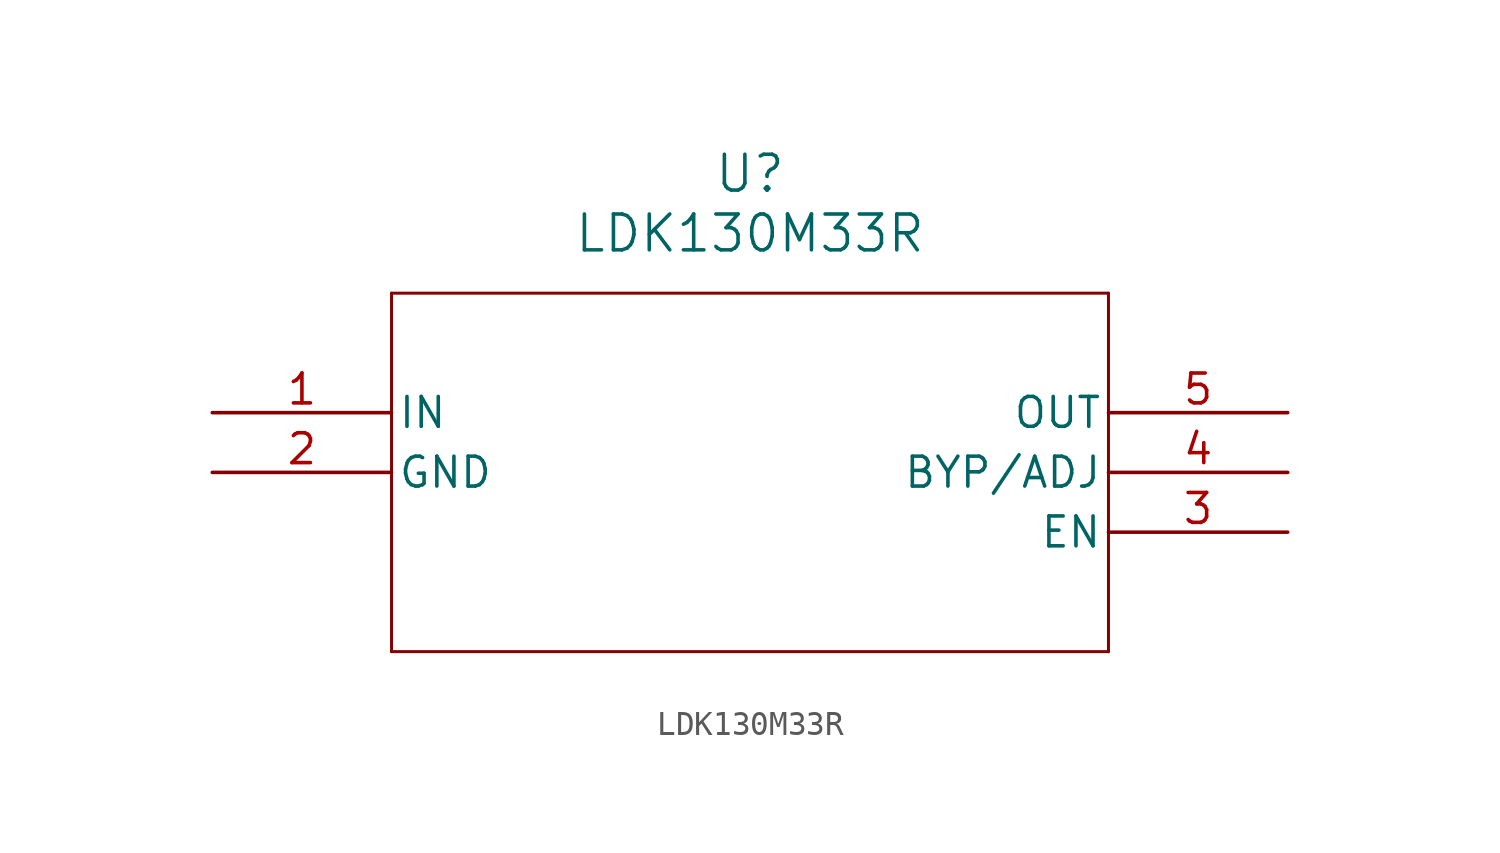
<source format=kicad_sym>
(kicad_symbol_lib
  (version 20211014)
  (generator kicad_symbol_editor)
  (symbol "LDK130M33R"
    (pin_names
      (offset 0.254))
    (property "Reference" "U"
      (at 22.86 10.16 0)
      (effects (font (size 1.524 1.524))))
    (property "Value" "LDK130M33R"
      (at 22.86 7.62 0)
      (effects (font (size 1.524 1.524))))
    (symbol "LDK130M33R_0_1"
      (polyline (pts (xy 7.62 5.08) (xy 7.62 -10.16)) (stroke (width 0.127) (type default) (color 0 0 0 0)) (fill (type none)))
      (polyline (pts (xy 7.62 -10.16) (xy 38.1 -10.16)) (stroke (width 0.127) (type default) (color 0 0 0 0)) (fill (type none)))
      (polyline (pts (xy 38.1 -10.16) (xy 38.1 5.08)) (stroke (width 0.127) (type default) (color 0 0 0 0)) (fill (type none)))
      (polyline (pts (xy 38.1 5.08) (xy 7.62 5.08)) (stroke (width 0.127) (type default) (color 0 0 0 0)) (fill (type none)))
      (pin input line (at 0 0 0) (length 7.62) (name "IN" (effects (font (size 1.27 1.27)))) (number "1" (effects (font (size 1.27 1.27)))))
      (pin power_out line (at 0 -2.54 0) (length 7.62) (name "GND" (effects (font (size 1.27 1.27)))) (number "2" (effects (font (size 1.27 1.27)))))
      (pin input line (at 45.72 -5.08 180) (length 7.62) (name "EN" (effects (font (size 1.27 1.27)))) (number "3" (effects (font (size 1.27 1.27)))))
      (pin unspecified line (at 45.72 -2.54 180) (length 7.62) (name "BYP/ADJ" (effects (font (size 1.27 1.27)))) (number "4" (effects (font (size 1.27 1.27)))))
      (pin output line (at 45.72 0 180) (length 7.62) (name "OUT" (effects (font (size 1.27 1.27)))) (number "5" (effects (font (size 1.27 1.27))))))))
</source>
